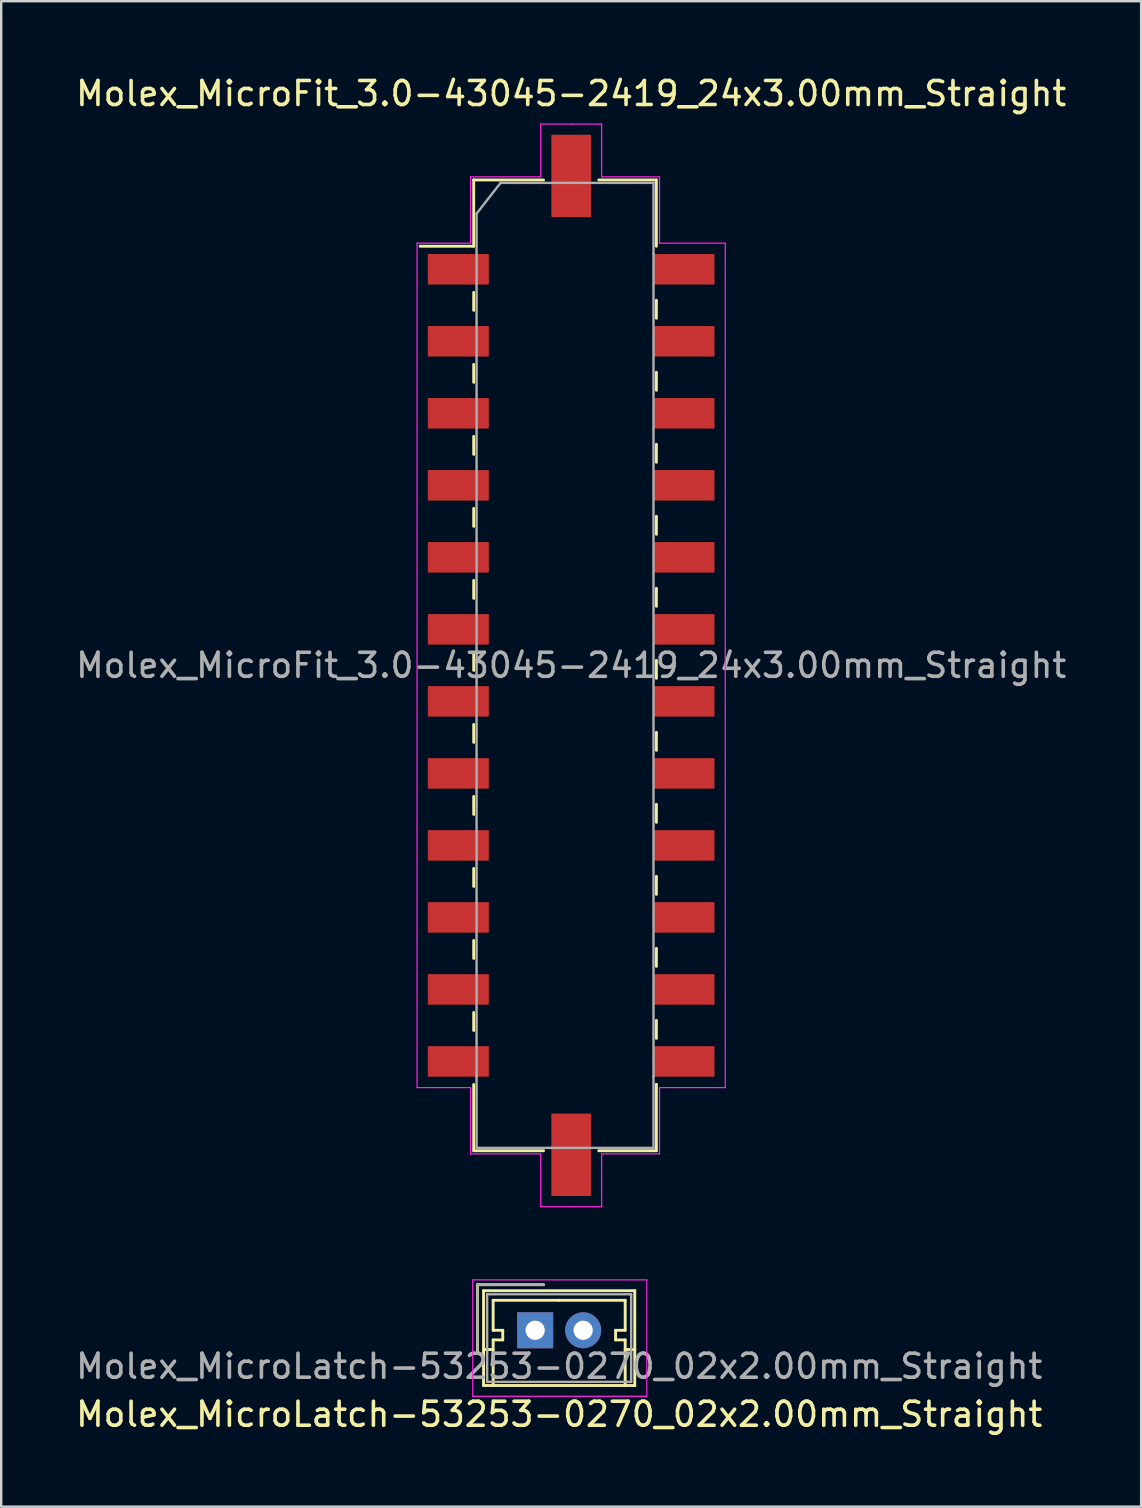
<source format=kicad_pcb>
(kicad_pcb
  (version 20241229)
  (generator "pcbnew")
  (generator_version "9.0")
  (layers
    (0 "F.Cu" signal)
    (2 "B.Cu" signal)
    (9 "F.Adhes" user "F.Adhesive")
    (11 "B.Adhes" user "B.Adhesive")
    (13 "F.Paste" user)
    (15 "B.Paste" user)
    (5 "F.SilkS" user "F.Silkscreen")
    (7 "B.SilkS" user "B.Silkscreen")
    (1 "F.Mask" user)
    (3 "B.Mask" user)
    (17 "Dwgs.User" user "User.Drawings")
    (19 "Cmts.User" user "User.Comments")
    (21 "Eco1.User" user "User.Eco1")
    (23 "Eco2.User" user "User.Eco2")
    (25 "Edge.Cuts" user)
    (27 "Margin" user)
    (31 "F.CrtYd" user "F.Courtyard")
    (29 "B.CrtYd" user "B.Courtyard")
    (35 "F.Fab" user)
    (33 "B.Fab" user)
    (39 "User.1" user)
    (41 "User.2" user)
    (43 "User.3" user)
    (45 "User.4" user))
  (footprint "Molex_MicroLatch-53253-0270_02x2.00mm_Straight"
    (layer "F.Cu")
    (at 19.244 52.368)
    (property "Reference" "Molex_MicroLatch-53253-0270_02x2.00mm_Straight" (at 1 3.5 0) (layer "F.SilkS") (effects (font (size 1 1) (thickness 0.15))))
    (attr through_hole)
    (fp_line (start -2.4 -1.9) (end -2.4 0.85) (stroke (width 0.12) (type solid)) (layer "F.SilkS"))
    (fp_line (start -2.15 -1.65) (end -2.15 2.3) (stroke (width 0.12) (type solid)) (layer "F.SilkS"))
    (fp_line (start -2.15 0.8) (end -1.75 0.8) (stroke (width 0.12) (type solid)) (layer "F.SilkS"))
    (fp_line (start -2.15 2.3) (end 4.15 2.3) (stroke (width 0.12) (type solid)) (layer "F.SilkS"))
    (fp_line (start -1.75 -1.25) (end -1.75 0) (stroke (width 0.12) (type solid)) (layer "F.SilkS"))
    (fp_line (start -1.75 0) (end -1.35 0) (stroke (width 0.12) (type solid)) (layer "F.SilkS"))
    (fp_line (start -1.75 0.4) (end -1.75 2.3) (stroke (width 0.12) (type solid)) (layer "F.SilkS"))
    (fp_line (start -1.35 0) (end -1.35 0.4) (stroke (width 0.12) (type solid)) (layer "F.SilkS"))
    (fp_line (start -1.35 0.4) (end -1.75 0.4) (stroke (width 0.12) (type solid)) (layer "F.SilkS"))
    (fp_line (start 0.35 -1.9) (end -2.4 -1.9) (stroke (width 0.12) (type solid)) (layer "F.SilkS"))
    (fp_line (start 1 -1.25) (end -1.75 -1.25) (stroke (width 0.12) (type solid)) (layer "F.SilkS"))
    (fp_line (start 1 -1.25) (end 3.75 -1.25) (stroke (width 0.12) (type solid)) (layer "F.SilkS"))
    (fp_line (start 3.35 0) (end 3.35 0.4) (stroke (width 0.12) (type solid)) (layer "F.SilkS"))
    (fp_line (start 3.35 0.4) (end 3.75 0.4) (stroke (width 0.12) (type solid)) (layer "F.SilkS"))
    (fp_line (start 3.75 -1.25) (end 3.75 0) (stroke (width 0.12) (type solid)) (layer "F.SilkS"))
    (fp_line (start 3.75 0) (end 3.35 0) (stroke (width 0.12) (type solid)) (layer "F.SilkS"))
    (fp_line (start 3.75 0.4) (end 3.75 2.3) (stroke (width 0.12) (type solid)) (layer "F.SilkS"))
    (fp_line (start 4.15 -1.65) (end -2.15 -1.65) (stroke (width 0.12) (type solid)) (layer "F.SilkS"))
    (fp_line (start 4.15 0.8) (end 3.75 0.8) (stroke (width 0.12) (type solid)) (layer "F.SilkS"))
    (fp_line (start 4.15 2.3) (end 4.15 -1.65) (stroke (width 0.12) (type solid)) (layer "F.SilkS"))
    (fp_line (start -2.6 -2.1) (end -2.6 2.75) (stroke (width 0.05) (type solid)) (layer "F.CrtYd"))
    (fp_line (start -2.6 2.75) (end 4.65 2.75) (stroke (width 0.05) (type solid)) (layer "F.CrtYd"))
    (fp_line (start 4.65 -2.1) (end -2.6 -2.1) (stroke (width 0.05) (type solid)) (layer "F.CrtYd"))
    (fp_line (start 4.65 2.75) (end 4.65 -2.1) (stroke (width 0.05) (type solid)) (layer "F.CrtYd"))
    (fp_line (start -2.4 -1.9) (end -2.4 0.85) (stroke (width 0.1) (type solid)) (layer "F.Fab"))
    (fp_line (start -2 -1.5) (end -2 2.15) (stroke (width 0.1) (type solid)) (layer "F.Fab"))
    (fp_line (start -2 2.15) (end 4 2.15) (stroke (width 0.1) (type solid)) (layer "F.Fab"))
    (fp_line (start 0.35 -1.9) (end -2.4 -1.9) (stroke (width 0.1) (type solid)) (layer "F.Fab"))
    (fp_line (start 4 -1.5) (end -2 -1.5) (stroke (width 0.1) (type solid)) (layer "F.Fab"))
    (fp_line (start 4 2.15) (end 4 -1.5) (stroke (width 0.1) (type solid)) (layer "F.Fab"))
    (fp_text user "${REFERENCE}" (at 1 1.5 0) (layer "F.Fab") (effects (font (size 1 1) (thickness 0.15))))
    (pad "1" thru_hole rect (at 0 0) (size 1.5 1.5) (drill 0.8) (layers "*.Cu" "*.Mask"))
    (pad "2" thru_hole circle (at 2 0) (size 1.5 1.5) (drill 0.8) (layers "*.Cu" "*.Mask")))
  (footprint "Molex_MicroFit_3.0-43045-2419_24x3.00mm_Straight"
    (layer "F.Cu")
    (at 20.744 24.668)
    (property "Reference" "Molex_MicroFit_3.0-43045-2419_24x3.00mm_Straight" (at 0 -23.82 0) (layer "F.SilkS") (effects (font (size 1 1) (thickness 0.15))))
    (attr smd)
    (fp_line (start -6.29 -17.46) (end -4.06 -17.46) (stroke (width 0.12) (type solid)) (layer "F.SilkS"))
    (fp_line (start -4.06 -20.22) (end -4.06 -20.22) (stroke (width 0.12) (type solid)) (layer "F.SilkS"))
    (fp_line (start -4.06 -20.22) (end -1.15 -20.22) (stroke (width 0.12) (type solid)) (layer "F.SilkS"))
    (fp_line (start -4.06 -17.46) (end -4.06 -20.22) (stroke (width 0.12) (type solid)) (layer "F.SilkS"))
    (fp_line (start -4.06 -15.54) (end -4.06 -14.79) (stroke (width 0.12) (type solid)) (layer "F.SilkS"))
    (fp_line (start -4.06 -12.54) (end -4.06 -11.79) (stroke (width 0.12) (type solid)) (layer "F.SilkS"))
    (fp_line (start -4.06 -9.54) (end -4.06 -8.79) (stroke (width 0.12) (type solid)) (layer "F.SilkS"))
    (fp_line (start -4.06 -6.54) (end -4.06 -5.79) (stroke (width 0.12) (type solid)) (layer "F.SilkS"))
    (fp_line (start -4.06 -3.54) (end -4.06 -2.79) (stroke (width 0.12) (type solid)) (layer "F.SilkS"))
    (fp_line (start -4.06 -0.54) (end -4.06 0.21) (stroke (width 0.12) (type solid)) (layer "F.SilkS"))
    (fp_line (start -4.06 2.46) (end -4.06 3.21) (stroke (width 0.12) (type solid)) (layer "F.SilkS"))
    (fp_line (start -4.06 5.46) (end -4.06 6.21) (stroke (width 0.12) (type solid)) (layer "F.SilkS"))
    (fp_line (start -4.06 8.46) (end -4.06 9.21) (stroke (width 0.12) (type solid)) (layer "F.SilkS"))
    (fp_line (start -4.06 11.46) (end -4.06 12.21) (stroke (width 0.12) (type solid)) (layer "F.SilkS"))
    (fp_line (start -4.06 14.46) (end -4.06 15.21) (stroke (width 0.12) (type solid)) (layer "F.SilkS"))
    (fp_line (start -4.06 20.22) (end -4.06 17.46) (stroke (width 0.12) (type solid)) (layer "F.SilkS"))
    (fp_line (start -1.15 20.22) (end -4.06 20.22) (stroke (width 0.12) (type solid)) (layer "F.SilkS"))
    (fp_line (start 1.15 -20.22) (end 3.55 -20.22) (stroke (width 0.12) (type solid)) (layer "F.SilkS"))
    (fp_line (start 3.55 -20.22) (end 3.55 -17.46) (stroke (width 0.12) (type solid)) (layer "F.SilkS"))
    (fp_line (start 3.55 -14.46) (end 3.55 -15.21) (stroke (width 0.12) (type solid)) (layer "F.SilkS"))
    (fp_line (start 3.55 -11.46) (end 3.55 -12.21) (stroke (width 0.12) (type solid)) (layer "F.SilkS"))
    (fp_line (start 3.55 -8.46) (end 3.55 -9.21) (stroke (width 0.12) (type solid)) (layer "F.SilkS"))
    (fp_line (start 3.55 -5.46) (end 3.55 -6.21) (stroke (width 0.12) (type solid)) (layer "F.SilkS"))
    (fp_line (start 3.55 -2.46) (end 3.55 -3.21) (stroke (width 0.12) (type solid)) (layer "F.SilkS"))
    (fp_line (start 3.55 0.54) (end 3.55 -0.21) (stroke (width 0.12) (type solid)) (layer "F.SilkS"))
    (fp_line (start 3.55 3.54) (end 3.55 2.79) (stroke (width 0.12) (type solid)) (layer "F.SilkS"))
    (fp_line (start 3.55 6.54) (end 3.55 5.79) (stroke (width 0.12) (type solid)) (layer "F.SilkS"))
    (fp_line (start 3.55 9.54) (end 3.55 8.79) (stroke (width 0.12) (type solid)) (layer "F.SilkS"))
    (fp_line (start 3.55 12.54) (end 3.55 11.79) (stroke (width 0.12) (type solid)) (layer "F.SilkS"))
    (fp_line (start 3.55 15.54) (end 3.55 14.79) (stroke (width 0.12) (type solid)) (layer "F.SilkS"))
    (fp_line (start 3.55 17.46) (end 3.55 17.46) (stroke (width 0.12) (type solid)) (layer "F.SilkS"))
    (fp_line (start 3.55 17.46) (end 3.55 20.22) (stroke (width 0.12) (type solid)) (layer "F.SilkS"))
    (fp_line (start 3.55 20.22) (end 1.15 20.22) (stroke (width 0.12) (type solid)) (layer "F.SilkS"))
    (fp_line (start -6.42 -17.59) (end -4.19 -17.59) (stroke (width 0.05) (type solid)) (layer "F.CrtYd"))
    (fp_line (start -6.42 17.59) (end -6.42 -17.59) (stroke (width 0.05) (type solid)) (layer "F.CrtYd"))
    (fp_line (start -4.19 -20.35) (end -4.19 -20.35) (stroke (width 0.05) (type solid)) (layer "F.CrtYd"))
    (fp_line (start -4.19 -20.35) (end -1.27 -20.35) (stroke (width 0.05) (type solid)) (layer "F.CrtYd"))
    (fp_line (start -4.19 -17.59) (end -4.19 -20.35) (stroke (width 0.05) (type solid)) (layer "F.CrtYd"))
    (fp_line (start -4.19 17.59) (end -6.42 17.59) (stroke (width 0.05) (type solid)) (layer "F.CrtYd"))
    (fp_line (start -4.19 20.35) (end -4.19 17.59) (stroke (width 0.05) (type solid)) (layer "F.CrtYd"))
    (fp_line (start -1.27 -22.55) (end 0 -22.55) (stroke (width 0.05) (type solid)) (layer "F.CrtYd"))
    (fp_line (start -1.27 -20.35) (end -1.27 -22.55) (stroke (width 0.05) (type solid)) (layer "F.CrtYd"))
    (fp_line (start -1.27 20.35) (end -4.19 20.35) (stroke (width 0.05) (type solid)) (layer "F.CrtYd"))
    (fp_line (start -1.27 22.55) (end -1.27 20.35) (stroke (width 0.05) (type solid)) (layer "F.CrtYd"))
    (fp_line (start 0 -22.55) (end 1.27 -22.55) (stroke (width 0.05) (type solid)) (layer "F.CrtYd"))
    (fp_line (start 0 22.55) (end -1.27 22.55) (stroke (width 0.05) (type solid)) (layer "F.CrtYd"))
    (fp_line (start 1.27 -22.55) (end 1.27 -20.35) (stroke (width 0.05) (type solid)) (layer "F.CrtYd"))
    (fp_line (start 1.27 -20.35) (end 3.68 -20.35) (stroke (width 0.05) (type solid)) (layer "F.CrtYd"))
    (fp_line (start 1.27 20.35) (end 1.27 22.55) (stroke (width 0.05) (type solid)) (layer "F.CrtYd"))
    (fp_line (start 1.27 22.55) (end 0 22.55) (stroke (width 0.05) (type solid)) (layer "F.CrtYd"))
    (fp_line (start 3.68 -20.35) (end 3.68 -17.59) (stroke (width 0.05) (type solid)) (layer "F.CrtYd"))
    (fp_line (start 3.68 -17.59) (end 6.42 -17.59) (stroke (width 0.05) (type solid)) (layer "F.CrtYd"))
    (fp_line (start 3.68 17.59) (end 3.68 17.59) (stroke (width 0.05) (type solid)) (layer "F.CrtYd"))
    (fp_line (start 3.68 17.59) (end 3.68 20.35) (stroke (width 0.05) (type solid)) (layer "F.CrtYd"))
    (fp_line (start 3.68 20.35) (end 1.27 20.35) (stroke (width 0.05) (type solid)) (layer "F.CrtYd"))
    (fp_line (start 6.42 -17.59) (end 6.42 17.59) (stroke (width 0.05) (type solid)) (layer "F.CrtYd"))
    (fp_line (start 6.42 17.59) (end 3.68 17.59) (stroke (width 0.05) (type solid)) (layer "F.CrtYd"))
    (fp_line (start -3.94 -18.82) (end -2.94 -20.1) (stroke (width 0.1) (type solid)) (layer "F.Fab"))
    (fp_line (start -3.94 17.14) (end -3.94 -18.82) (stroke (width 0.1) (type solid)) (layer "F.Fab"))
    (fp_line (start -3.94 20.1) (end -3.94 17.14) (stroke (width 0.1) (type solid)) (layer "F.Fab"))
    (fp_line (start -2.94 -20.1) (end 0 -20.1) (stroke (width 0.1) (type solid)) (layer "F.Fab"))
    (fp_line (start -0.82 20.1) (end -3.94 20.1) (stroke (width 0.1) (type solid)) (layer "F.Fab"))
    (fp_line (start 0 -20.1) (end 3.43 -20.1) (stroke (width 0.1) (type solid)) (layer "F.Fab"))
    (fp_line (start 3.43 -20.1) (end 3.43 -17.14) (stroke (width 0.1) (type solid)) (layer "F.Fab"))
    (fp_line (start 3.43 -17.14) (end 3.43 17.14) (stroke (width 0.1) (type solid)) (layer "F.Fab"))
    (fp_line (start 3.43 17.14) (end 3.43 20.1) (stroke (width 0.1) (type solid)) (layer "F.Fab"))
    (fp_line (start 3.43 20.1) (end -0.82 20.1) (stroke (width 0.1) (type solid)) (layer "F.Fab"))
    (fp_text user "${REFERENCE}" (at 0 0 0) (layer "F.Fab") (effects (font (size 1 1) (thickness 0.15))))
    (pad "" smd rect (at 0 -20.39) (size 1.65 3.43) (layers "F.Cu" "F.Mask" "F.Paste"))
    (pad "" smd rect (at 0 20.39) (size 1.65 3.43) (layers "F.Cu" "F.Mask" "F.Paste"))
    (pad "1" smd rect (at -4.7 -16.5) (size 2.54 1.27) (layers "F.Cu" "F.Mask" "F.Paste"))
    (pad "2" smd rect (at -4.7 -13.5) (size 2.54 1.27) (layers "F.Cu" "F.Mask" "F.Paste"))
    (pad "3" smd rect (at -4.7 -10.5) (size 2.54 1.27) (layers "F.Cu" "F.Mask" "F.Paste"))
    (pad "4" smd rect (at -4.7 -7.5) (size 2.54 1.27) (layers "F.Cu" "F.Mask" "F.Paste"))
    (pad "5" smd rect (at -4.7 -4.5) (size 2.54 1.27) (layers "F.Cu" "F.Mask" "F.Paste"))
    (pad "6" smd rect (at -4.7 -1.5) (size 2.54 1.27) (layers "F.Cu" "F.Mask" "F.Paste"))
    (pad "7" smd rect (at -4.7 1.5) (size 2.54 1.27) (layers "F.Cu" "F.Mask" "F.Paste"))
    (pad "8" smd rect (at -4.7 4.5) (size 2.54 1.27) (layers "F.Cu" "F.Mask" "F.Paste"))
    (pad "9" smd rect (at -4.7 7.5) (size 2.54 1.27) (layers "F.Cu" "F.Mask" "F.Paste"))
    (pad "10" smd rect (at -4.7 10.5) (size 2.54 1.27) (layers "F.Cu" "F.Mask" "F.Paste"))
    (pad "11" smd rect (at -4.7 13.5) (size 2.54 1.27) (layers "F.Cu" "F.Mask" "F.Paste"))
    (pad "12" smd rect (at -4.7 16.5) (size 2.54 1.27) (layers "F.Cu" "F.Mask" "F.Paste"))
    (pad "13" smd rect (at 4.7 16.5) (size 2.54 1.27) (layers "F.Cu" "F.Mask" "F.Paste"))
    (pad "14" smd rect (at 4.7 13.5) (size 2.54 1.27) (layers "F.Cu" "F.Mask" "F.Paste"))
    (pad "15" smd rect (at 4.7 10.5) (size 2.54 1.27) (layers "F.Cu" "F.Mask" "F.Paste"))
    (pad "16" smd rect (at 4.7 7.5) (size 2.54 1.27) (layers "F.Cu" "F.Mask" "F.Paste"))
    (pad "17" smd rect (at 4.7 4.5) (size 2.54 1.27) (layers "F.Cu" "F.Mask" "F.Paste"))
    (pad "18" smd rect (at 4.7 1.5) (size 2.54 1.27) (layers "F.Cu" "F.Mask" "F.Paste"))
    (pad "19" smd rect (at 4.7 -1.5) (size 2.54 1.27) (layers "F.Cu" "F.Mask" "F.Paste"))
    (pad "20" smd rect (at 4.7 -4.5) (size 2.54 1.27) (layers "F.Cu" "F.Mask" "F.Paste"))
    (pad "21" smd rect (at 4.7 -7.5) (size 2.54 1.27) (layers "F.Cu" "F.Mask" "F.Paste"))
    (pad "22" smd rect (at 4.7 -10.5) (size 2.54 1.27) (layers "F.Cu" "F.Mask" "F.Paste"))
    (pad "23" smd rect (at 4.7 -13.5) (size 2.54 1.27) (layers "F.Cu" "F.Mask" "F.Paste"))
    (pad "24" smd rect (at 4.7 -16.5) (size 2.54 1.27) (layers "F.Cu" "F.Mask" "F.Paste")))
  (gr_rect
    (start -3 -3)
    (end 44.488 59.717)
    (stroke (width 0.1) (type default))
    (fill no)
    (layer "Edge.Cuts")))
</source>
